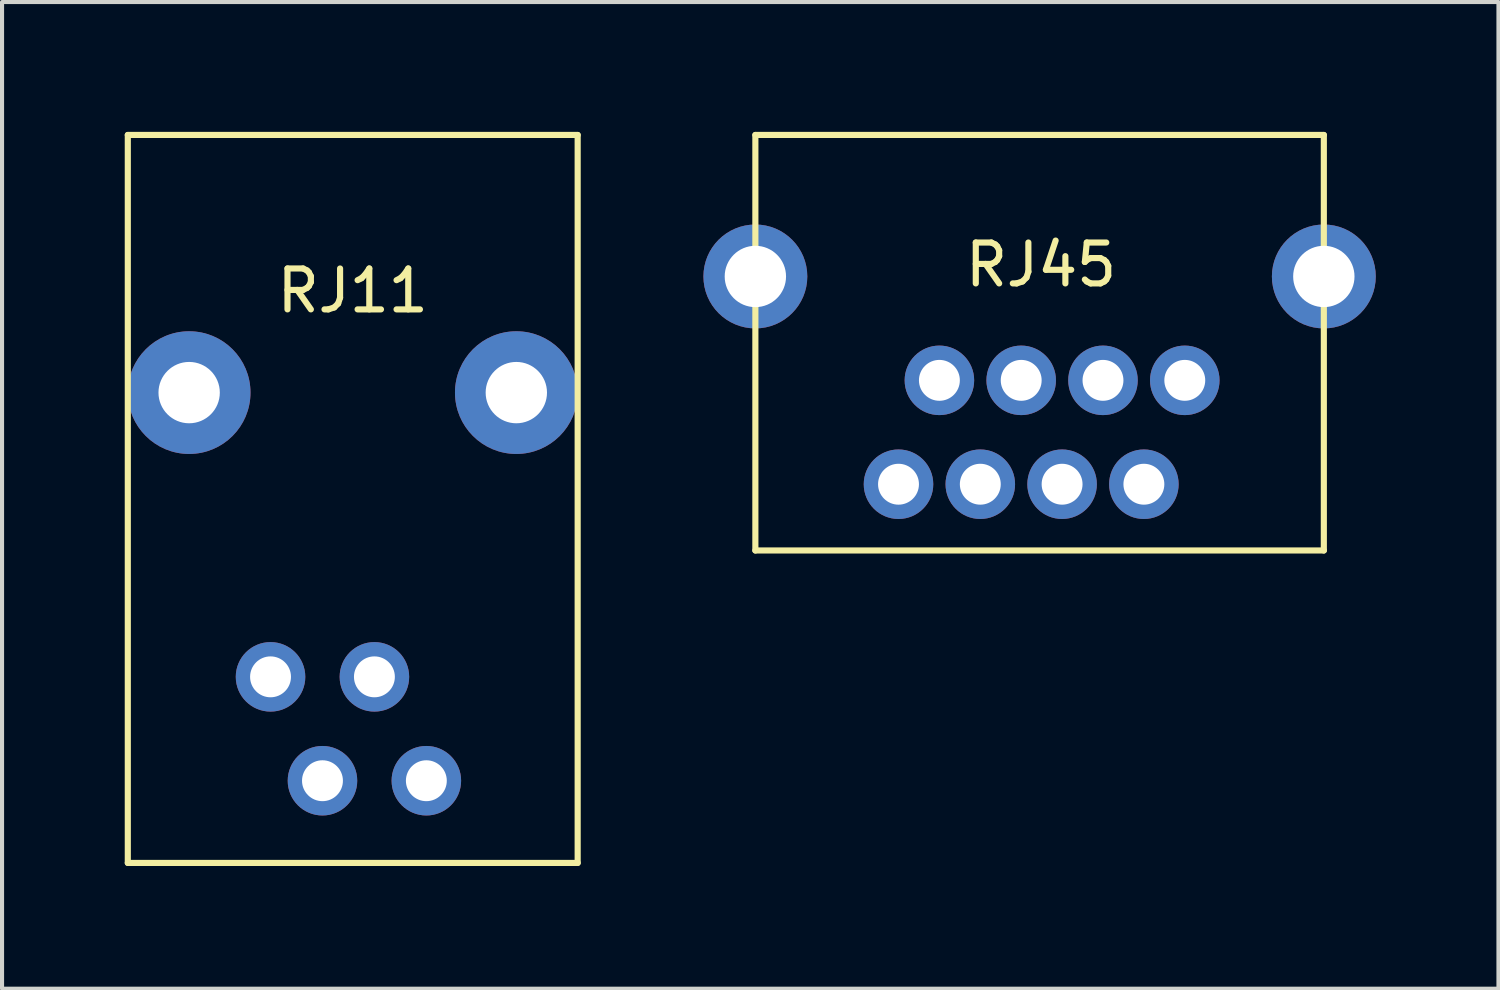
<source format=kicad_pcb>
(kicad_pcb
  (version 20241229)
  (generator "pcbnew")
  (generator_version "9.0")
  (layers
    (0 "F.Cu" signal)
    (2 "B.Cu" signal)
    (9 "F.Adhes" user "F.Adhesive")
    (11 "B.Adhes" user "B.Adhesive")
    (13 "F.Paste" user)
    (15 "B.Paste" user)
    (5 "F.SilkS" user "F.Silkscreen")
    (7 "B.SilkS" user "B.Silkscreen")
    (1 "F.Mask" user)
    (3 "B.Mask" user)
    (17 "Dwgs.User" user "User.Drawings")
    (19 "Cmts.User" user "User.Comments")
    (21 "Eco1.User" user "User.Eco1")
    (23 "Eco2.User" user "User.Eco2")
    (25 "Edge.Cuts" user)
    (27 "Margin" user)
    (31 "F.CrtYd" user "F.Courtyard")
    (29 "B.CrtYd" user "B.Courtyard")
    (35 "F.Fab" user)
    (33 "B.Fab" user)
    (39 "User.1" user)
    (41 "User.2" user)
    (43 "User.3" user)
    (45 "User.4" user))
  (footprint "RJ11"
    (layer "F.Cu")
    (at 5.575 0.25)
    (property "Reference" "RJ11" (at 0 3.81 0) (layer "F.SilkS") (effects (font (size 1 1) (thickness 0.15))))
    (attr through_hole)
    (fp_line (start -5.5 0) (end -5.5 17.8) (stroke (width 0.15) (type solid)) (layer "F.SilkS"))
    (fp_line (start -5.5 17.8) (end 5.5 17.8) (stroke (width 0.15) (type solid)) (layer "F.SilkS"))
    (fp_line (start 5.5 0) (end -5.5 0) (stroke (width 0.15) (type solid)) (layer "F.SilkS"))
    (fp_line (start 5.5 17.8) (end 5.5 0) (stroke (width 0.15) (type solid)) (layer "F.SilkS"))
    (pad "1" thru_hole circle (at -2.01 13.25) (size 1.7 1.7) (drill 1) (layers "*.Cu" "*.Mask"))
    (pad "2" thru_hole circle (at 0.53 13.25) (size 1.7 1.7) (drill 1) (layers "*.Cu" "*.Mask"))
    (pad "4" thru_hole circle (at 1.8 15.79) (size 1.7 1.7) (drill 1) (layers "*.Cu" "*.Mask"))
    (pad "5" thru_hole circle (at -4 6.3) (size 3 3) (drill 1.5) (layers "*.Cu" "*.Mask"))
    (pad "6" thru_hole circle (at 4 6.3) (size 3 3) (drill 1.5) (layers "*.Cu" "*.Mask"))
    (pad "e" thru_hole circle (at -0.74 15.79) (size 1.7 1.7) (drill 1) (layers "*.Cu" "*.Mask")))
  (footprint "RJ45"
    (layer "F.Cu")
    (at 15.42 0.25)
    (property "Reference" "RJ45" (at 6.985 3.175 0) (layer "F.SilkS") (effects (font (size 1 1) (thickness 0.15))))
    (attr through_hole)
    (fp_line (start 0 0) (end 0 10.16) (stroke (width 0.15) (type solid)) (layer "F.SilkS"))
    (fp_line (start 0 10.16) (end 13.9 10.16) (stroke (width 0.15) (type solid)) (layer "F.SilkS"))
    (fp_line (start 13.9 0) (end 0 0) (stroke (width 0.15) (type solid)) (layer "F.SilkS"))
    (fp_line (start 13.9 0) (end 13.9 10.16) (stroke (width 0.15) (type solid)) (layer "F.SilkS"))
    (pad "1" thru_hole circle (at 4.5 6) (size 1.7 1.7) (drill 1) (layers "*.Cu" "*.Mask"))
    (pad "2" thru_hole circle (at 6.5 6) (size 1.7 1.7) (drill 1) (layers "*.Cu" "*.Mask"))
    (pad "3" thru_hole circle (at 8.5 6) (size 1.7 1.7) (drill 1) (layers "*.Cu" "*.Mask"))
    (pad "4" thru_hole circle (at 10.5 6) (size 1.7 1.7) (drill 1) (layers "*.Cu" "*.Mask"))
    (pad "5" thru_hole circle (at 3.5 8.54) (size 1.7 1.7) (drill 1) (layers "*.Cu" "*.Mask"))
    (pad "6" thru_hole circle (at 5.5 8.54) (size 1.7 1.7) (drill 1) (layers "*.Cu" "*.Mask"))
    (pad "7" thru_hole circle (at 7.5 8.54) (size 1.7 1.7) (drill 1) (layers "*.Cu" "*.Mask"))
    (pad "8" thru_hole circle (at 9.5 8.54) (size 1.7 1.7) (drill 1) (layers "*.Cu" "*.Mask"))
    (pad "9" thru_hole circle (at 0 3.46) (size 2.54 2.54) (drill 1.5) (layers "*.Cu" "*.Mask"))
    (pad "10" thru_hole circle (at 13.9 3.46) (size 2.54 2.54) (drill 1.5) (layers "*.Cu" "*.Mask")))
  (gr_rect
    (start -3 -3)
    (end 33.59 21.125)
    (stroke (width 0.1) (type default))
    (fill no)
    (layer "Edge.Cuts")))
</source>
